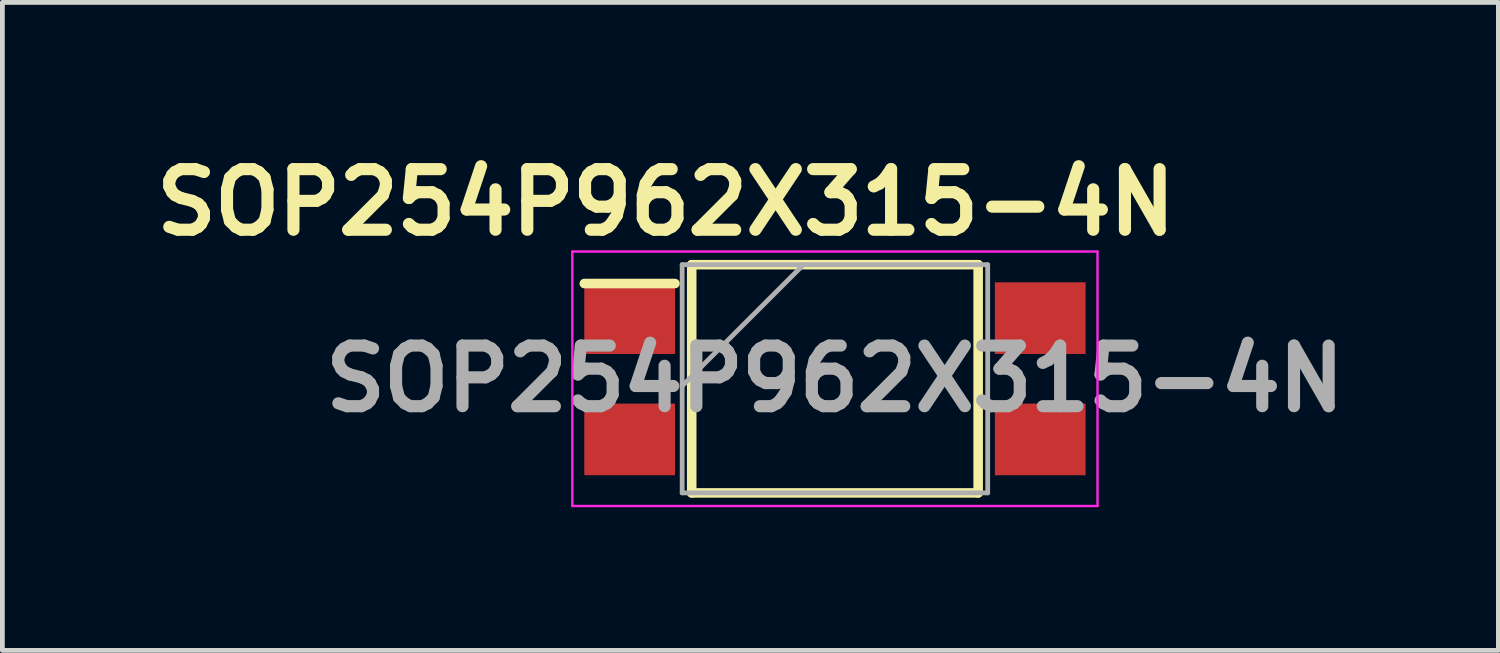
<source format=kicad_pcb>
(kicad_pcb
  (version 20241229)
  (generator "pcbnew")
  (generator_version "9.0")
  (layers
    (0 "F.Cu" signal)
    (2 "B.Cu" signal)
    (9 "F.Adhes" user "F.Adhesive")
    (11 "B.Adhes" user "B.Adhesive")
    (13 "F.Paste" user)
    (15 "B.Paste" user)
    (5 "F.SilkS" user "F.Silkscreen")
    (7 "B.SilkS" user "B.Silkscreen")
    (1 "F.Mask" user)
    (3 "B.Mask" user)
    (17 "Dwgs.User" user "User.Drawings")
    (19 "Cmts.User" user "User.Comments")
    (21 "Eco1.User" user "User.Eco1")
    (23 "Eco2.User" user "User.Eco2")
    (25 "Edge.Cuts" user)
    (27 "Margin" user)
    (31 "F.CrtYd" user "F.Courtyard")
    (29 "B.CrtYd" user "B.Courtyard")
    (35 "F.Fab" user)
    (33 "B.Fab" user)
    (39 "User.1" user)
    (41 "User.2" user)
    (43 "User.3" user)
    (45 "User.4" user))
  (footprint "SOP254P962X315-4N"
    (layer "F.Cu")
    (at 14.439 4.884)
    (property "Reference" "SOP254P962X315-4N" (at -3.541 -3.696 0) (layer "F.SilkS") (effects (font (size 1.27 1.27) (thickness 0.254))))
    (attr smd)
    (fp_line (start -5.25 -1.995) (end -3.35 -1.995) (stroke (width 0.2) (type solid)) (layer "F.SilkS"))
    (fp_line (start -3 -2.39) (end 3 -2.39) (stroke (width 0.2) (type solid)) (layer "F.SilkS"))
    (fp_line (start -3 2.39) (end -3 -2.39) (stroke (width 0.2) (type solid)) (layer "F.SilkS"))
    (fp_line (start 3 -2.39) (end 3 2.39) (stroke (width 0.2) (type solid)) (layer "F.SilkS"))
    (fp_line (start 3 2.39) (end -3 2.39) (stroke (width 0.2) (type solid)) (layer "F.SilkS"))
    (fp_line (start -5.5 -2.665) (end 5.5 -2.665) (stroke (width 0.05) (type solid)) (layer "F.CrtYd"))
    (fp_line (start -5.5 2.665) (end -5.5 -2.665) (stroke (width 0.05) (type solid)) (layer "F.CrtYd"))
    (fp_line (start 5.5 -2.665) (end 5.5 2.665) (stroke (width 0.05) (type solid)) (layer "F.CrtYd"))
    (fp_line (start 5.5 2.665) (end -5.5 2.665) (stroke (width 0.05) (type solid)) (layer "F.CrtYd"))
    (fp_line (start -3.2 -2.39) (end 3.2 -2.39) (stroke (width 0.1) (type solid)) (layer "F.Fab"))
    (fp_line (start -3.2 0.15) (end -0.66 -2.39) (stroke (width 0.1) (type solid)) (layer "F.Fab"))
    (fp_line (start -3.2 2.39) (end -3.2 -2.39) (stroke (width 0.1) (type solid)) (layer "F.Fab"))
    (fp_line (start 3.2 -2.39) (end 3.2 2.39) (stroke (width 0.1) (type solid)) (layer "F.Fab"))
    (fp_line (start 3.2 2.39) (end -3.2 2.39) (stroke (width 0.1) (type solid)) (layer "F.Fab"))
    (fp_text user "${REFERENCE}" (at 0 0 0) (layer "F.Fab") (effects (font (size 1.27 1.27) (thickness 0.254))))
    (pad "1" smd rect (at -4.3 -1.27 90) (size 1.5 1.9) (layers "F.Cu" "F.Mask" "F.Paste"))
    (pad "2" smd rect (at -4.3 1.27 90) (size 1.5 1.9) (layers "F.Cu" "F.Mask" "F.Paste"))
    (pad "3" smd rect (at 4.3 1.27 90) (size 1.5 1.9) (layers "F.Cu" "F.Mask" "F.Paste"))
    (pad "4" smd rect (at 4.3 -1.27 90) (size 1.5 1.9) (layers "F.Cu" "F.Mask" "F.Paste")))
  (gr_rect
    (start -3 -3)
    (end 28.336 10.574)
    (stroke (width 0.1) (type default))
    (fill no)
    (layer "Edge.Cuts")))
</source>
